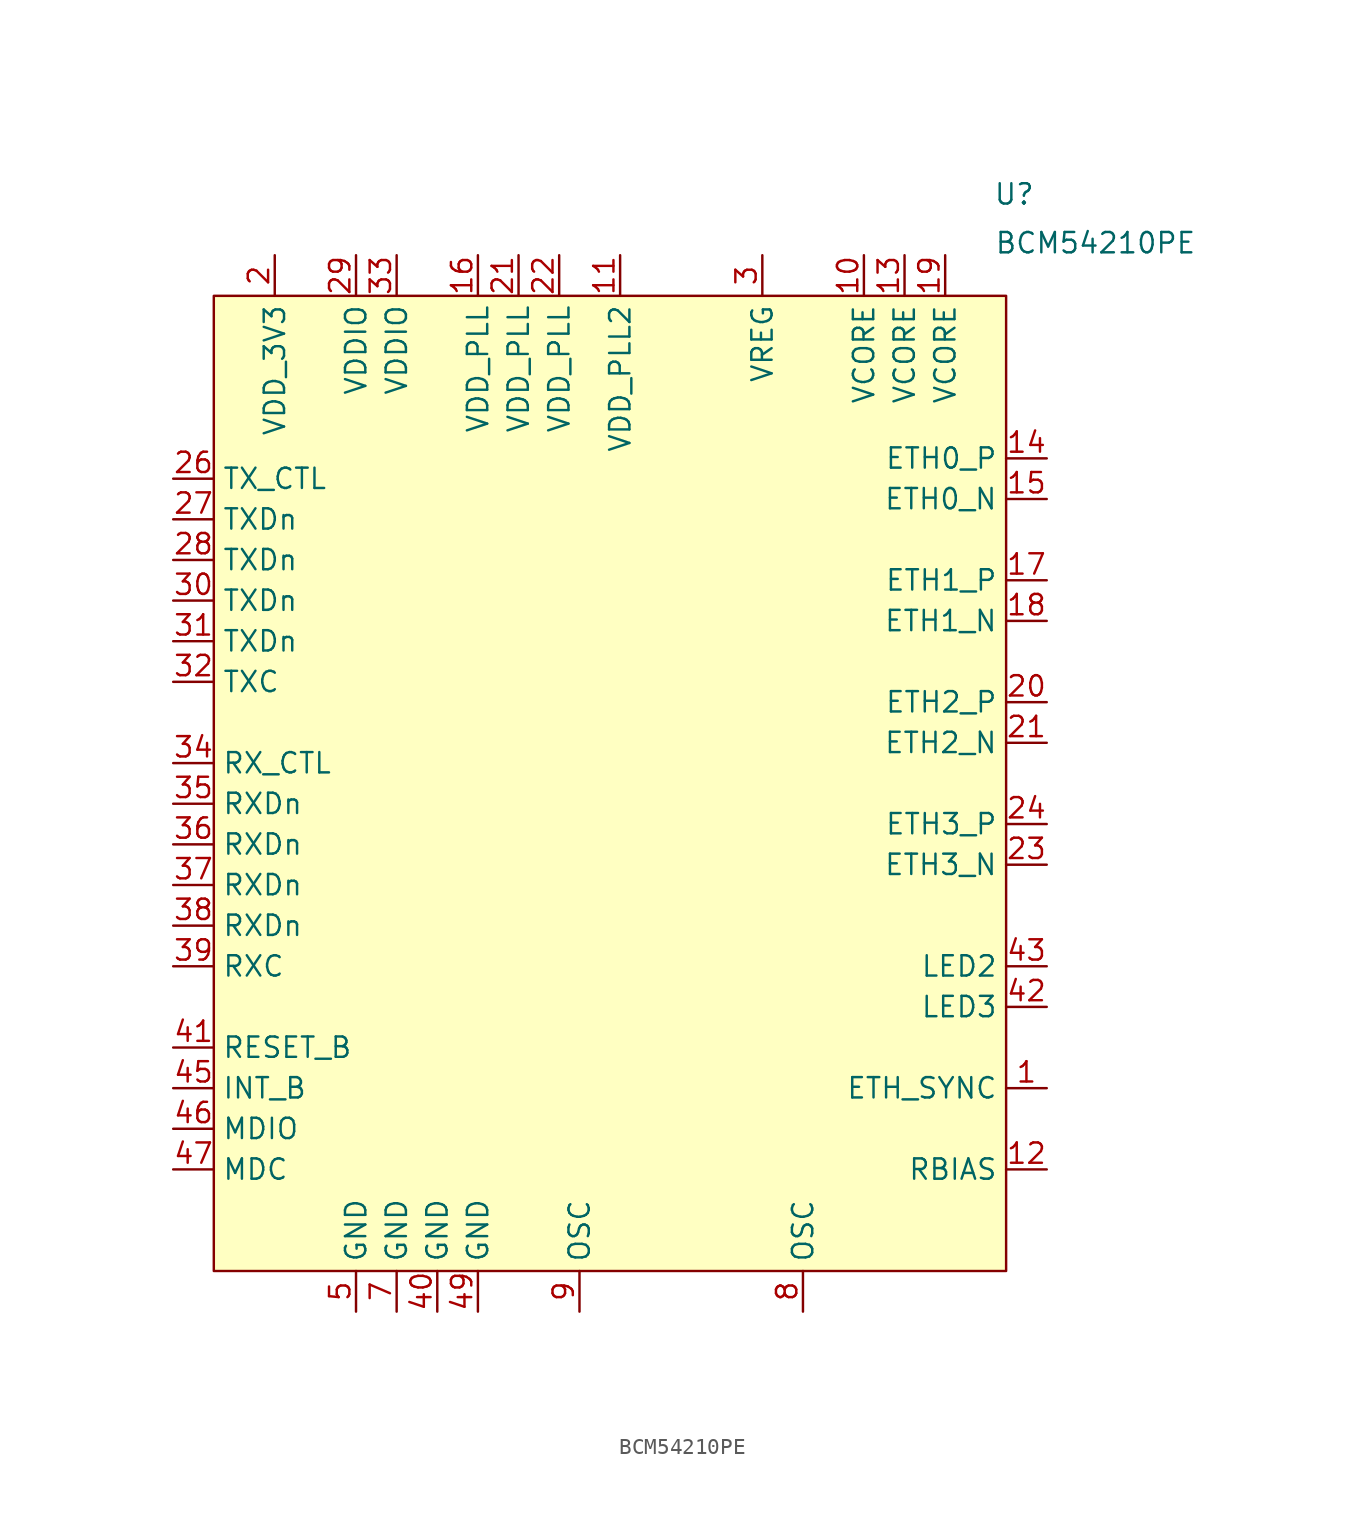
<source format=kicad_sym>
(kicad_symbol_lib
  (version 20241209)
  (generator "kicad_symbol_editor")
  (generator_version "9.0")
  (symbol "BCM54210PE"
    (property "Reference" "U"
      (at 50.038 6.35 0)
      (effects (font (size 1.27 1.27))))
    (property "Value" "BCM54210PE"
      (at 55.118 3.302 0)
      (effects (font (size 1.27 1.27))))
    (symbol "BCM54210PE_1_1"
      (rectangle (start 0 0) (end 49.53 -60.96) (stroke (width 0) (type solid)) (fill (type background)))
      (pin input line (at -2.54 -11.43 0) (length 2.54) (name "TX_CTL" (effects (font (size 1.27 1.27)))) (number "26" (effects (font (size 1.27 1.27)))))
      (pin input line (at -2.54 -13.97 0) (length 2.54) (name "TXDn" (effects (font (size 1.27 1.27)))) (number "27" (effects (font (size 1.27 1.27)))))
      (pin input line (at -2.54 -16.51 0) (length 2.54) (name "TXDn" (effects (font (size 1.27 1.27)))) (number "28" (effects (font (size 1.27 1.27)))))
      (pin input line (at -2.54 -19.05 0) (length 2.54) (name "TXDn" (effects (font (size 1.27 1.27)))) (number "30" (effects (font (size 1.27 1.27)))))
      (pin input line (at -2.54 -21.59 0) (length 2.54) (name "TXDn" (effects (font (size 1.27 1.27)))) (number "31" (effects (font (size 1.27 1.27)))))
      (pin input line (at -2.54 -24.13 0) (length 2.54) (name "TXC" (effects (font (size 1.27 1.27)))) (number "32" (effects (font (size 1.27 1.27)))))
      (pin output line (at -2.54 -29.21 0) (length 2.54) (name "RX_CTL" (effects (font (size 1.27 1.27)))) (number "34" (effects (font (size 1.27 1.27)))))
      (pin output line (at -2.54 -31.75 0) (length 2.54) (name "RXDn" (effects (font (size 1.27 1.27)))) (number "35" (effects (font (size 1.27 1.27)))))
      (pin output line (at -2.54 -34.29 0) (length 2.54) (name "RXDn" (effects (font (size 1.27 1.27)))) (number "36" (effects (font (size 1.27 1.27)))))
      (pin output line (at -2.54 -36.83 0) (length 2.54) (name "RXDn" (effects (font (size 1.27 1.27)))) (number "37" (effects (font (size 1.27 1.27)))))
      (pin output line (at -2.54 -39.37 0) (length 2.54) (name "RXDn" (effects (font (size 1.27 1.27)))) (number "38" (effects (font (size 1.27 1.27)))))
      (pin output line (at -2.54 -41.91 0) (length 2.54) (name "RXC" (effects (font (size 1.27 1.27)))) (number "39" (effects (font (size 1.27 1.27)))))
      (pin input line (at -2.54 -46.99 0) (length 2.54) (name "RESET_B" (effects (font (size 1.27 1.27)))) (number "41" (effects (font (size 1.27 1.27)))))
      (pin open_collector line (at -2.54 -49.53 0) (length 2.54) (name "INT_B" (effects (font (size 1.27 1.27)))) (number "45" (effects (font (size 1.27 1.27)))))
      (pin bidirectional line (at -2.54 -52.07 0) (length 2.54) (name "MDIO" (effects (font (size 1.27 1.27)))) (number "46" (effects (font (size 1.27 1.27)))))
      (pin input line (at -2.54 -54.61 0) (length 2.54) (name "MDC" (effects (font (size 1.27 1.27)))) (number "47" (effects (font (size 1.27 1.27)))))
      (pin power_in line (at 3.81 2.54 270) (length 2.54) (name "VDD_3V3" (effects (font (size 1.27 1.27)))) (number "2" (effects (font (size 1.27 1.27)))))
      (pin power_in line (at 8.89 2.54 270) (length 2.54) (name "VDDIO" (effects (font (size 1.27 1.27)))) (number "29" (effects (font (size 1.27 1.27)))))
      (pin power_in line (at 8.89 -63.5 90) (length 2.54) (name "GND" (effects (font (size 1.27 1.27)))) (number "5" (effects (font (size 1.27 1.27)))))
      (pin power_in line (at 11.43 2.54 270) (length 2.54) (name "VDDIO" (effects (font (size 1.27 1.27)))) (number "33" (effects (font (size 1.27 1.27)))))
      (pin power_in line (at 11.43 -63.5 90) (length 2.54) (name "GND" (effects (font (size 1.27 1.27)))) (number "7" (effects (font (size 1.27 1.27)))))
      (pin power_in line (at 13.97 -63.5 90) (length 2.54) (name "GND" (effects (font (size 1.27 1.27)))) (number "40" (effects (font (size 1.27 1.27)))))
      (pin power_in line (at 16.51 2.54 270) (length 2.54) (name "VDD_PLL" (effects (font (size 1.27 1.27)))) (number "16" (effects (font (size 1.27 1.27)))))
      (pin power_in line (at 16.51 -63.5 90) (length 2.54) (name "GND" (effects (font (size 1.27 1.27)))) (number "49" (effects (font (size 1.27 1.27)))))
      (pin power_in line (at 19.05 2.54 270) (length 2.54) (name "VDD_PLL" (effects (font (size 1.27 1.27)))) (number "21" (effects (font (size 1.27 1.27)))))
      (pin power_in line (at 21.59 2.54 270) (length 2.54) (name "VDD_PLL" (effects (font (size 1.27 1.27)))) (number "22" (effects (font (size 1.27 1.27)))))
      (pin passive line (at 22.86 -63.5 90) (length 2.54) (name "OSC" (effects (font (size 1.27 1.27)))) (number "9" (effects (font (size 1.27 1.27)))))
      (pin power_in line (at 25.4 2.54 270) (length 2.54) (name "VDD_PLL2" (effects (font (size 1.27 1.27)))) (number "11" (effects (font (size 1.27 1.27)))))
      (pin power_out line (at 34.29 2.54 270) (length 2.54) (name "VREG" (effects (font (size 1.27 1.27)))) (number "3" (effects (font (size 1.27 1.27)))))
      (pin passive line (at 36.83 -63.5 90) (length 2.54) (name "OSC" (effects (font (size 1.27 1.27)))) (number "8" (effects (font (size 1.27 1.27)))))
      (pin power_in line (at 40.64 2.54 270) (length 2.54) (name "VCORE" (effects (font (size 1.27 1.27)))) (number "10" (effects (font (size 1.27 1.27)))))
      (pin power_in line (at 43.18 2.54 270) (length 2.54) (name "VCORE" (effects (font (size 1.27 1.27)))) (number "13" (effects (font (size 1.27 1.27)))))
      (pin power_in line (at 45.72 2.54 270) (length 2.54) (name "VCORE" (effects (font (size 1.27 1.27)))) (number "19" (effects (font (size 1.27 1.27)))))
      (pin output line (at 52.07 -10.16 180) (length 2.54) (name "ETH0_P" (effects (font (size 1.27 1.27)))) (number "14" (effects (font (size 1.27 1.27)))))
      (pin output line (at 52.07 -12.7 180) (length 2.54) (name "ETH0_N" (effects (font (size 1.27 1.27)))) (number "15" (effects (font (size 1.27 1.27)))))
      (pin output line (at 52.07 -17.78 180) (length 2.54) (name "ETH1_P" (effects (font (size 1.27 1.27)))) (number "17" (effects (font (size 1.27 1.27)))))
      (pin output line (at 52.07 -20.32 180) (length 2.54) (name "ETH1_N" (effects (font (size 1.27 1.27)))) (number "18" (effects (font (size 1.27 1.27)))))
      (pin output line (at 52.07 -25.4 180) (length 2.54) (name "ETH2_P" (effects (font (size 1.27 1.27)))) (number "20" (effects (font (size 1.27 1.27)))))
      (pin output line (at 52.07 -27.94 180) (length 2.54) (name "ETH2_N" (effects (font (size 1.27 1.27)))) (number "21" (effects (font (size 1.27 1.27)))))
      (pin output line (at 52.07 -33.02 180) (length 2.54) (name "ETH3_P" (effects (font (size 1.27 1.27)))) (number "24" (effects (font (size 1.27 1.27)))))
      (pin output line (at 52.07 -35.56 180) (length 2.54) (name "ETH3_N" (effects (font (size 1.27 1.27)))) (number "23" (effects (font (size 1.27 1.27)))))
      (pin output line (at 52.07 -41.91 180) (length 2.54) (name "LED2" (effects (font (size 1.27 1.27)))) (number "43" (effects (font (size 1.27 1.27)))))
      (pin output line (at 52.07 -44.45 180) (length 2.54) (name "LED3" (effects (font (size 1.27 1.27)))) (number "42" (effects (font (size 1.27 1.27)))))
      (pin output line (at 52.07 -49.53 180) (length 2.54) (name "ETH_SYNC" (effects (font (size 1.27 1.27)))) (number "1" (effects (font (size 1.27 1.27)))))
      (pin passive line (at 52.07 -54.61 180) (length 2.54) (name "RBIAS" (effects (font (size 1.27 1.27)))) (number "12" (effects (font (size 1.27 1.27))))))))
</source>
